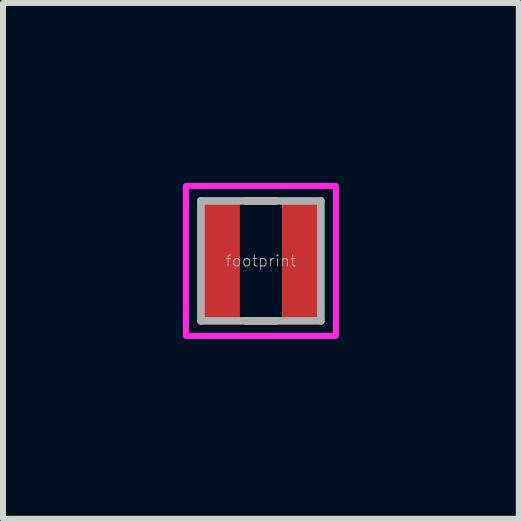
<source format=kicad_pcb>
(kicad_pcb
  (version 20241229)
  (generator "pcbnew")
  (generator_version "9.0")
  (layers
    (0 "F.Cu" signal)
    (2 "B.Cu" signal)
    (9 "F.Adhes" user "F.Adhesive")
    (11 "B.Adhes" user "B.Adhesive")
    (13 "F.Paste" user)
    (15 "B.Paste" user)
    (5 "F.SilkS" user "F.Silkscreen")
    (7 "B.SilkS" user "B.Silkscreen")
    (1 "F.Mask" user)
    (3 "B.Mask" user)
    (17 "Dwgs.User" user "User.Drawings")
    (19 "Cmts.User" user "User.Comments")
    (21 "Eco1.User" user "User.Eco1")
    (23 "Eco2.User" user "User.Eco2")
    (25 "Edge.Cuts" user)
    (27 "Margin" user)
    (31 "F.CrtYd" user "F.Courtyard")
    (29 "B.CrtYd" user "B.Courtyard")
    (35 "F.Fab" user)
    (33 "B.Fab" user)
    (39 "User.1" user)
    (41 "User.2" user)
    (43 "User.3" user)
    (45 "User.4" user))
  (footprint "footprint"
    (layer "F.Cu")
    (at 1.3 1.3)
    (property "Reference" "footprint" (at 0 0 0) (layer "F.Fab") (effects (font (size 0.184 0.184) (thickness 0.016))))
    (fp_line (start -0.25 -1) (end 0.25 -1) (stroke (width 0.127) (type solid)) (layer "F.SilkS"))
    (fp_line (start -0.25 1) (end 0.25 1) (stroke (width 0.127) (type solid)) (layer "F.SilkS"))
    (fp_poly (pts (xy -1.25 1.25) (xy 1.25 1.25) (xy 1.25 -1.25) (xy -1.25 -1.25)) (stroke (width 0.1) (type solid)) (fill no) (layer "F.CrtYd"))
    (fp_line (start -1 -1) (end -1 1) (stroke (width 0.127) (type solid)) (layer "F.Fab"))
    (fp_line (start -1 1) (end 1 1) (stroke (width 0.127) (type solid)) (layer "F.Fab"))
    (fp_line (start 1 -1) (end -1 -1) (stroke (width 0.127) (type solid)) (layer "F.Fab"))
    (fp_line (start 1 1) (end 1 -1) (stroke (width 0.127) (type solid)) (layer "F.Fab"))
    (pad "P$1" smd rect (at -0.675 0) (size 0.65 2) (layers "F.Cu" "F.Mask" "F.Paste"))
    (pad "P$2" smd rect (at 0.675 0) (size 0.65 2) (layers "F.Cu" "F.Mask" "F.Paste")))
  (gr_rect
    (start -3 -3)
    (end 5.6 5.6)
    (stroke (width 0.1) (type default))
    (fill no)
    (layer "Edge.Cuts")))
</source>
